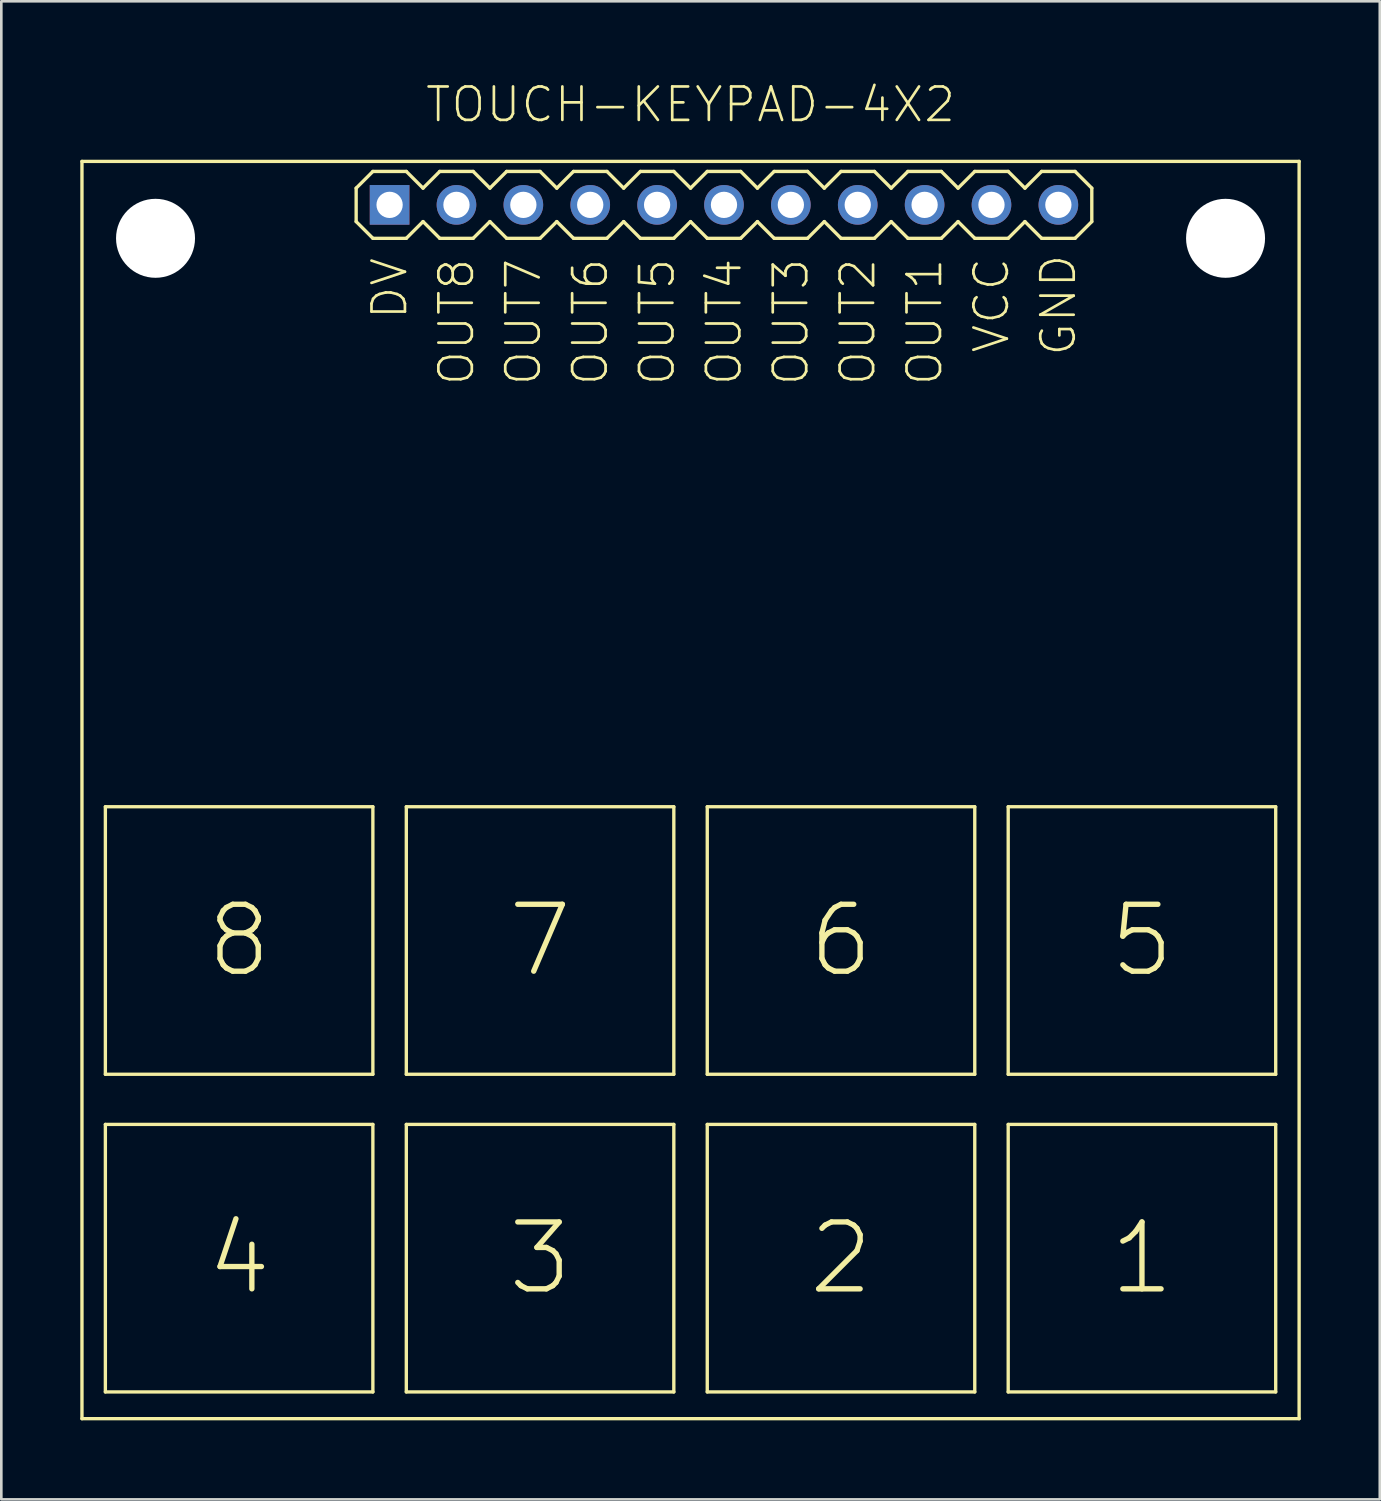
<source format=kicad_pcb>
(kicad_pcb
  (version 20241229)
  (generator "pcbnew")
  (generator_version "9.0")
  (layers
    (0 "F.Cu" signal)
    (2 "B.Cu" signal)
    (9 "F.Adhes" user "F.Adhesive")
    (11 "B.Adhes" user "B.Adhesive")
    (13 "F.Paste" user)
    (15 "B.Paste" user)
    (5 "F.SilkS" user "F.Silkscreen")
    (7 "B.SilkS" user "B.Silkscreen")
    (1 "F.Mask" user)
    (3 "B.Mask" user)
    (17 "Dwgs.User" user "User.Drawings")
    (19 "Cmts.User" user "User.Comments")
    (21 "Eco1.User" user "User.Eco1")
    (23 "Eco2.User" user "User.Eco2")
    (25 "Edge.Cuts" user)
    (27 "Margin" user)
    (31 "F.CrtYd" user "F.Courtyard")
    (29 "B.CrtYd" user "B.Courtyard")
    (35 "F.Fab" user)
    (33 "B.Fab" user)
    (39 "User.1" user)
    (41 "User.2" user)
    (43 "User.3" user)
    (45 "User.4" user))
  (footprint "TOUCH-KEYPAD-4X2"
    (layer "F.Cu")
    (at 23.177 26.956)
    (property "Reference" "TOUCH-KEYPAD-4X2" (at 0 -26.035 0) (layer "F.SilkS") (effects (font (size 1.27 1.27) (thickness 0.102))))
    (attr exclude_from_pos_files exclude_from_bom)
    (fp_line (start -23.114 -23.876) (end 23.114 -23.876) (stroke (width 0.127) (type solid)) (layer "F.SilkS"))
    (fp_line (start -23.114 23.876) (end -23.114 -23.876) (stroke (width 0.127) (type solid)) (layer "F.SilkS"))
    (fp_line (start -22.225 0.635) (end -12.065 0.635) (stroke (width 0.127) (type solid)) (layer "F.SilkS"))
    (fp_line (start -22.225 10.795) (end -22.225 0.635) (stroke (width 0.127) (type solid)) (layer "F.SilkS"))
    (fp_line (start -22.225 12.7) (end -12.065 12.7) (stroke (width 0.127) (type solid)) (layer "F.SilkS"))
    (fp_line (start -22.225 22.86) (end -22.225 12.7) (stroke (width 0.127) (type solid)) (layer "F.SilkS"))
    (fp_line (start -12.7 -22.86) (end -12.065 -23.495) (stroke (width 0.127) (type solid)) (layer "F.SilkS"))
    (fp_line (start -12.7 -21.59) (end -12.7 -22.86) (stroke (width 0.127) (type solid)) (layer "F.SilkS"))
    (fp_line (start -12.065 -23.495) (end -10.795 -23.495) (stroke (width 0.127) (type solid)) (layer "F.SilkS"))
    (fp_line (start -12.065 -20.955) (end -12.7 -21.59) (stroke (width 0.127) (type solid)) (layer "F.SilkS"))
    (fp_line (start -12.065 0.635) (end -12.065 10.795) (stroke (width 0.127) (type solid)) (layer "F.SilkS"))
    (fp_line (start -12.065 10.795) (end -22.225 10.795) (stroke (width 0.127) (type solid)) (layer "F.SilkS"))
    (fp_line (start -12.065 12.7) (end -12.065 22.86) (stroke (width 0.127) (type solid)) (layer "F.SilkS"))
    (fp_line (start -12.065 22.86) (end -22.225 22.86) (stroke (width 0.127) (type solid)) (layer "F.SilkS"))
    (fp_line (start -10.795 -23.495) (end -10.16 -22.86) (stroke (width 0.127) (type solid)) (layer "F.SilkS"))
    (fp_line (start -10.795 -20.955) (end -12.065 -20.955) (stroke (width 0.127) (type solid)) (layer "F.SilkS"))
    (fp_line (start -10.795 0.635) (end -0.635 0.635) (stroke (width 0.127) (type solid)) (layer "F.SilkS"))
    (fp_line (start -10.795 10.795) (end -10.795 0.635) (stroke (width 0.127) (type solid)) (layer "F.SilkS"))
    (fp_line (start -10.795 12.7) (end -0.635 12.7) (stroke (width 0.127) (type solid)) (layer "F.SilkS"))
    (fp_line (start -10.795 22.86) (end -10.795 12.7) (stroke (width 0.127) (type solid)) (layer "F.SilkS"))
    (fp_line (start -10.16 -22.86) (end -9.525 -23.495) (stroke (width 0.127) (type solid)) (layer "F.SilkS"))
    (fp_line (start -10.16 -21.59) (end -10.795 -20.955) (stroke (width 0.127) (type solid)) (layer "F.SilkS"))
    (fp_line (start -9.525 -23.495) (end -8.255 -23.495) (stroke (width 0.127) (type solid)) (layer "F.SilkS"))
    (fp_line (start -9.525 -20.955) (end -10.16 -21.59) (stroke (width 0.127) (type solid)) (layer "F.SilkS"))
    (fp_line (start -8.255 -23.495) (end -7.62 -22.86) (stroke (width 0.127) (type solid)) (layer "F.SilkS"))
    (fp_line (start -8.255 -20.955) (end -9.525 -20.955) (stroke (width 0.127) (type solid)) (layer "F.SilkS"))
    (fp_line (start -7.62 -22.86) (end -6.985 -23.495) (stroke (width 0.127) (type solid)) (layer "F.SilkS"))
    (fp_line (start -7.62 -21.59) (end -8.255 -20.955) (stroke (width 0.127) (type solid)) (layer "F.SilkS"))
    (fp_line (start -6.985 -23.495) (end -5.715 -23.495) (stroke (width 0.127) (type solid)) (layer "F.SilkS"))
    (fp_line (start -6.985 -20.955) (end -7.62 -21.59) (stroke (width 0.127) (type solid)) (layer "F.SilkS"))
    (fp_line (start -5.715 -23.495) (end -5.08 -22.86) (stroke (width 0.127) (type solid)) (layer "F.SilkS"))
    (fp_line (start -5.715 -20.955) (end -6.985 -20.955) (stroke (width 0.127) (type solid)) (layer "F.SilkS"))
    (fp_line (start -5.08 -22.86) (end -4.445 -23.495) (stroke (width 0.127) (type solid)) (layer "F.SilkS"))
    (fp_line (start -5.08 -21.59) (end -5.715 -20.955) (stroke (width 0.127) (type solid)) (layer "F.SilkS"))
    (fp_line (start -4.445 -23.495) (end -3.175 -23.495) (stroke (width 0.127) (type solid)) (layer "F.SilkS"))
    (fp_line (start -4.445 -20.955) (end -5.08 -21.59) (stroke (width 0.127) (type solid)) (layer "F.SilkS"))
    (fp_line (start -3.175 -23.495) (end -2.54 -22.86) (stroke (width 0.127) (type solid)) (layer "F.SilkS"))
    (fp_line (start -3.175 -20.955) (end -4.445 -20.955) (stroke (width 0.127) (type solid)) (layer "F.SilkS"))
    (fp_line (start -2.54 -22.86) (end -1.905 -23.495) (stroke (width 0.127) (type solid)) (layer "F.SilkS"))
    (fp_line (start -2.54 -21.59) (end -3.175 -20.955) (stroke (width 0.127) (type solid)) (layer "F.SilkS"))
    (fp_line (start -2.54 -21.59) (end -1.905 -20.955) (stroke (width 0.127) (type solid)) (layer "F.SilkS"))
    (fp_line (start -1.905 -23.495) (end -0.635 -23.495) (stroke (width 0.127) (type solid)) (layer "F.SilkS"))
    (fp_line (start -1.905 -20.955) (end -0.635 -20.955) (stroke (width 0.127) (type solid)) (layer "F.SilkS"))
    (fp_line (start -0.635 -23.495) (end 0 -22.86) (stroke (width 0.127) (type solid)) (layer "F.SilkS"))
    (fp_line (start -0.635 -20.955) (end 0 -21.59) (stroke (width 0.127) (type solid)) (layer "F.SilkS"))
    (fp_line (start -0.635 0.635) (end -0.635 10.795) (stroke (width 0.127) (type solid)) (layer "F.SilkS"))
    (fp_line (start -0.635 10.795) (end -10.795 10.795) (stroke (width 0.127) (type solid)) (layer "F.SilkS"))
    (fp_line (start -0.635 12.7) (end -0.635 22.86) (stroke (width 0.127) (type solid)) (layer "F.SilkS"))
    (fp_line (start -0.635 22.86) (end -10.795 22.86) (stroke (width 0.127) (type solid)) (layer "F.SilkS"))
    (fp_line (start 0 -22.86) (end 0.635 -23.495) (stroke (width 0.127) (type solid)) (layer "F.SilkS"))
    (fp_line (start 0.635 -23.495) (end 1.905 -23.495) (stroke (width 0.127) (type solid)) (layer "F.SilkS"))
    (fp_line (start 0.635 -20.955) (end 0 -21.59) (stroke (width 0.127) (type solid)) (layer "F.SilkS"))
    (fp_line (start 0.635 0.635) (end 10.795 0.635) (stroke (width 0.127) (type solid)) (layer "F.SilkS"))
    (fp_line (start 0.635 10.795) (end 0.635 0.635) (stroke (width 0.127) (type solid)) (layer "F.SilkS"))
    (fp_line (start 0.635 12.7) (end 10.795 12.7) (stroke (width 0.127) (type solid)) (layer "F.SilkS"))
    (fp_line (start 0.635 22.86) (end 0.635 12.7) (stroke (width 0.127) (type solid)) (layer "F.SilkS"))
    (fp_line (start 1.905 -23.495) (end 2.54 -22.86) (stroke (width 0.127) (type solid)) (layer "F.SilkS"))
    (fp_line (start 1.905 -20.955) (end 0.635 -20.955) (stroke (width 0.127) (type solid)) (layer "F.SilkS"))
    (fp_line (start 2.54 -22.86) (end 3.175 -23.495) (stroke (width 0.127) (type solid)) (layer "F.SilkS"))
    (fp_line (start 2.54 -21.59) (end 1.905 -20.955) (stroke (width 0.127) (type solid)) (layer "F.SilkS"))
    (fp_line (start 3.175 -23.495) (end 4.445 -23.495) (stroke (width 0.127) (type solid)) (layer "F.SilkS"))
    (fp_line (start 3.175 -20.955) (end 2.54 -21.59) (stroke (width 0.127) (type solid)) (layer "F.SilkS"))
    (fp_line (start 4.445 -23.495) (end 5.08 -22.86) (stroke (width 0.127) (type solid)) (layer "F.SilkS"))
    (fp_line (start 4.445 -20.955) (end 3.175 -20.955) (stroke (width 0.127) (type solid)) (layer "F.SilkS"))
    (fp_line (start 5.08 -22.86) (end 5.715 -23.495) (stroke (width 0.127) (type solid)) (layer "F.SilkS"))
    (fp_line (start 5.08 -21.59) (end 4.445 -20.955) (stroke (width 0.127) (type solid)) (layer "F.SilkS"))
    (fp_line (start 5.08 -21.59) (end 5.715 -20.955) (stroke (width 0.127) (type solid)) (layer "F.SilkS"))
    (fp_line (start 5.715 -23.495) (end 6.985 -23.495) (stroke (width 0.127) (type solid)) (layer "F.SilkS"))
    (fp_line (start 5.715 -20.955) (end 6.985 -20.955) (stroke (width 0.127) (type solid)) (layer "F.SilkS"))
    (fp_line (start 6.985 -23.495) (end 7.62 -22.86) (stroke (width 0.127) (type solid)) (layer "F.SilkS"))
    (fp_line (start 6.985 -20.955) (end 7.62 -21.59) (stroke (width 0.127) (type solid)) (layer "F.SilkS"))
    (fp_line (start 7.62 -22.86) (end 8.255 -23.495) (stroke (width 0.127) (type solid)) (layer "F.SilkS"))
    (fp_line (start 7.62 -21.59) (end 8.255 -20.955) (stroke (width 0.127) (type solid)) (layer "F.SilkS"))
    (fp_line (start 8.255 -23.495) (end 9.525 -23.495) (stroke (width 0.127) (type solid)) (layer "F.SilkS"))
    (fp_line (start 8.255 -20.955) (end 9.525 -20.955) (stroke (width 0.127) (type solid)) (layer "F.SilkS"))
    (fp_line (start 9.525 -23.495) (end 10.16 -22.86) (stroke (width 0.127) (type solid)) (layer "F.SilkS"))
    (fp_line (start 9.525 -20.955) (end 10.16 -21.59) (stroke (width 0.127) (type solid)) (layer "F.SilkS"))
    (fp_line (start 10.16 -22.86) (end 10.795 -23.495) (stroke (width 0.127) (type solid)) (layer "F.SilkS"))
    (fp_line (start 10.16 -21.59) (end 10.795 -20.955) (stroke (width 0.127) (type solid)) (layer "F.SilkS"))
    (fp_line (start 10.795 -23.495) (end 12.065 -23.495) (stroke (width 0.127) (type solid)) (layer "F.SilkS"))
    (fp_line (start 10.795 -20.955) (end 12.065 -20.955) (stroke (width 0.127) (type solid)) (layer "F.SilkS"))
    (fp_line (start 10.795 0.635) (end 10.795 10.795) (stroke (width 0.127) (type solid)) (layer "F.SilkS"))
    (fp_line (start 10.795 10.795) (end 0.635 10.795) (stroke (width 0.127) (type solid)) (layer "F.SilkS"))
    (fp_line (start 10.795 12.7) (end 10.795 22.86) (stroke (width 0.127) (type solid)) (layer "F.SilkS"))
    (fp_line (start 10.795 22.86) (end 0.635 22.86) (stroke (width 0.127) (type solid)) (layer "F.SilkS"))
    (fp_line (start 12.065 -23.495) (end 12.7 -22.86) (stroke (width 0.127) (type solid)) (layer "F.SilkS"))
    (fp_line (start 12.065 -20.955) (end 12.7 -21.59) (stroke (width 0.127) (type solid)) (layer "F.SilkS"))
    (fp_line (start 12.065 0.635) (end 22.225 0.635) (stroke (width 0.127) (type solid)) (layer "F.SilkS"))
    (fp_line (start 12.065 10.795) (end 12.065 0.635) (stroke (width 0.127) (type solid)) (layer "F.SilkS"))
    (fp_line (start 12.065 12.7) (end 22.225 12.7) (stroke (width 0.127) (type solid)) (layer "F.SilkS"))
    (fp_line (start 12.065 22.86) (end 12.065 12.7) (stroke (width 0.127) (type solid)) (layer "F.SilkS"))
    (fp_line (start 12.7 -22.86) (end 13.335 -23.495) (stroke (width 0.127) (type solid)) (layer "F.SilkS"))
    (fp_line (start 13.335 -23.495) (end 14.605 -23.495) (stroke (width 0.127) (type solid)) (layer "F.SilkS"))
    (fp_line (start 13.335 -20.955) (end 12.7 -21.59) (stroke (width 0.127) (type solid)) (layer "F.SilkS"))
    (fp_line (start 14.605 -23.495) (end 15.24 -22.86) (stroke (width 0.127) (type solid)) (layer "F.SilkS"))
    (fp_line (start 14.605 -20.955) (end 13.335 -20.955) (stroke (width 0.127) (type solid)) (layer "F.SilkS"))
    (fp_line (start 15.24 -22.86) (end 15.24 -21.59) (stroke (width 0.127) (type solid)) (layer "F.SilkS"))
    (fp_line (start 15.24 -21.59) (end 14.605 -20.955) (stroke (width 0.127) (type solid)) (layer "F.SilkS"))
    (fp_line (start 22.225 0.635) (end 22.225 10.795) (stroke (width 0.127) (type solid)) (layer "F.SilkS"))
    (fp_line (start 22.225 10.795) (end 12.065 10.795) (stroke (width 0.127) (type solid)) (layer "F.SilkS"))
    (fp_line (start 22.225 12.7) (end 22.225 22.86) (stroke (width 0.127) (type solid)) (layer "F.SilkS"))
    (fp_line (start 22.225 22.86) (end 12.065 22.86) (stroke (width 0.127) (type solid)) (layer "F.SilkS"))
    (fp_line (start 23.114 -23.876) (end 23.114 23.876) (stroke (width 0.127) (type solid)) (layer "F.SilkS"))
    (fp_line (start 23.114 23.876) (end -23.114 23.876) (stroke (width 0.127) (type solid)) (layer "F.SilkS"))
    (fp_text user "OUT6" (at -3.81 -17.78 90) (layer "F.SilkS") (effects (font (size 1.27 1.27) (thickness 0.102))))
    (fp_text user "6" (at 5.715 5.715 0) (layer "F.SilkS") (effects (font (size 2.54 2.54) (thickness 0.203))))
    (fp_text user "GND" (at 13.97 -18.415 90) (layer "F.SilkS") (effects (font (size 1.27 1.27) (thickness 0.102))))
    (fp_text user "OUT4" (at 1.27 -17.78 90) (layer "F.SilkS") (effects (font (size 1.27 1.27) (thickness 0.102))))
    (fp_text user "OUT1" (at 8.89 -17.78 90) (layer "F.SilkS") (effects (font (size 1.27 1.27) (thickness 0.102))))
    (fp_text user "DV" (at -11.43 -19.05 90) (layer "F.SilkS") (effects (font (size 1.27 1.27) (thickness 0.102))))
    (fp_text user "OUT7" (at -6.35 -17.78 90) (layer "F.SilkS") (effects (font (size 1.27 1.27) (thickness 0.102))))
    (fp_text user "4" (at -17.145 17.78 0) (layer "F.SilkS") (effects (font (size 2.54 2.54) (thickness 0.203))))
    (fp_text user "5" (at 17.145 5.715 0) (layer "F.SilkS") (effects (font (size 2.54 2.54) (thickness 0.203))))
    (fp_text user "VCC" (at 11.43 -18.415 90) (layer "F.SilkS") (effects (font (size 1.27 1.27) (thickness 0.102))))
    (fp_text user "OUT3" (at 3.81 -17.78 90) (layer "F.SilkS") (effects (font (size 1.27 1.27) (thickness 0.102))))
    (fp_text user "1" (at 17.145 17.78 0) (layer "F.SilkS") (effects (font (size 2.54 2.54) (thickness 0.203))))
    (fp_text user "3" (at -5.715 17.78 0) (layer "F.SilkS") (effects (font (size 2.54 2.54) (thickness 0.203))))
    (fp_text user "OUT2" (at 6.35 -17.78 90) (layer "F.SilkS") (effects (font (size 1.27 1.27) (thickness 0.102))))
    (fp_text user "8" (at -17.145 5.715 0) (layer "F.SilkS") (effects (font (size 2.54 2.54) (thickness 0.203))))
    (fp_text user "2" (at 5.715 17.78 0) (layer "F.SilkS") (effects (font (size 2.54 2.54) (thickness 0.203))))
    (fp_text user "OUT8" (at -8.89 -17.78 90) (layer "F.SilkS") (effects (font (size 1.27 1.27) (thickness 0.102))))
    (fp_text user "7" (at -5.715 5.715 0) (layer "F.SilkS") (effects (font (size 2.54 2.54) (thickness 0.203))))
    (fp_text user "OUT5" (at -1.27 -17.78 90) (layer "F.SilkS") (effects (font (size 1.27 1.27) (thickness 0.102))))
    (pad "" np_thru_hole circle (at -20.32 -20.955) (size 3 3) (drill 3) (layers "*.Cu" "*.Mask"))
    (pad "" np_thru_hole circle (at 20.32 -20.955) (size 3 3) (drill 3) (layers "*.Cu" "*.Mask"))
    (pad "1" thru_hole rect (at -11.43 -22.225) (size 1.506 1.506) (drill 0.998) (layers "*.Cu" "*.Paste" "*.Mask"))
    (pad "2" thru_hole circle (at -8.89 -22.225) (size 1.506 1.506) (drill 0.998) (layers "*.Cu" "*.Paste" "*.Mask"))
    (pad "3" thru_hole circle (at -6.35 -22.225) (size 1.506 1.506) (drill 0.998) (layers "*.Cu" "*.Paste" "*.Mask"))
    (pad "4" thru_hole circle (at -3.81 -22.225) (size 1.506 1.506) (drill 0.998) (layers "*.Cu" "*.Paste" "*.Mask"))
    (pad "5" thru_hole circle (at -1.27 -22.225) (size 1.506 1.506) (drill 0.998) (layers "*.Cu" "*.Paste" "*.Mask"))
    (pad "6" thru_hole circle (at 1.27 -22.225) (size 1.506 1.506) (drill 0.998) (layers "*.Cu" "*.Paste" "*.Mask"))
    (pad "7" thru_hole circle (at 3.81 -22.225) (size 1.506 1.506) (drill 0.998) (layers "*.Cu" "*.Paste" "*.Mask"))
    (pad "8" thru_hole circle (at 6.35 -22.225) (size 1.506 1.506) (drill 0.998) (layers "*.Cu" "*.Paste" "*.Mask"))
    (pad "9" thru_hole circle (at 8.89 -22.225) (size 1.506 1.506) (drill 0.998) (layers "*.Cu" "*.Paste" "*.Mask"))
    (pad "10" thru_hole circle (at 11.43 -22.225) (size 1.506 1.506) (drill 0.998) (layers "*.Cu" "*.Paste" "*.Mask"))
    (pad "11" thru_hole circle (at 13.97 -22.225) (size 1.506 1.506) (drill 0.998) (layers "*.Cu" "*.Paste" "*.Mask")))
  (gr_rect
    (start -3 -3)
    (end 49.355 53.896)
    (stroke (width 0.1) (type default))
    (fill no)
    (layer "Edge.Cuts")))
</source>
